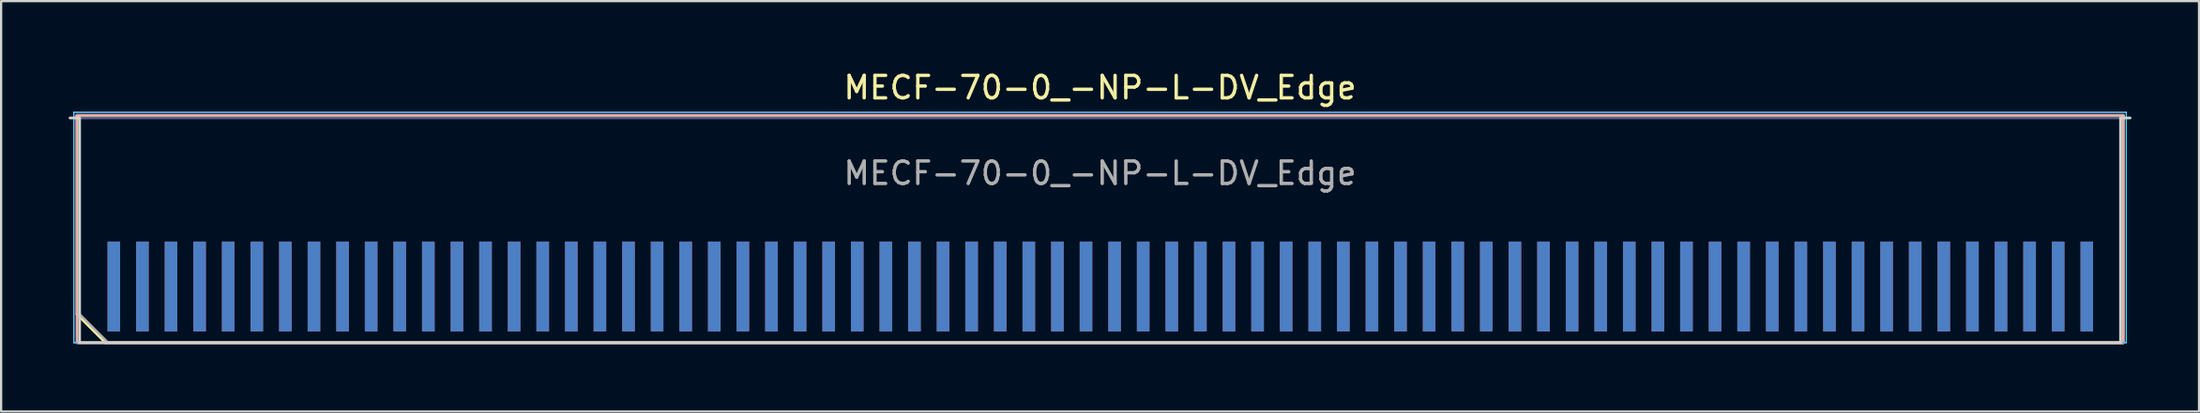
<source format=kicad_pcb>
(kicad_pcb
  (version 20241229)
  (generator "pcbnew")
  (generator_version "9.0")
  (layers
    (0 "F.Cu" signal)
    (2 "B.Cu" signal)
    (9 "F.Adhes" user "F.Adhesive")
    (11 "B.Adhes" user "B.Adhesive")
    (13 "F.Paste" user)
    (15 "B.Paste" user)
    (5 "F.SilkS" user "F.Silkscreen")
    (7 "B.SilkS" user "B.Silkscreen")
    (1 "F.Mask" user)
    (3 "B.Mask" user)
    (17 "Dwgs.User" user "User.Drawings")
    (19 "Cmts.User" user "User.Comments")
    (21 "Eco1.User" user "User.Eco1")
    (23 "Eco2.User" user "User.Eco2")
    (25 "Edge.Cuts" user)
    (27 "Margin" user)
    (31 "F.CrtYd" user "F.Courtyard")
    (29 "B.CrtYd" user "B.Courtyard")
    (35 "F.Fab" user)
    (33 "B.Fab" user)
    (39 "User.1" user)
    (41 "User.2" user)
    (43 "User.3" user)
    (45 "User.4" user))
  (footprint "MECF-70-0_-NP-L-DV_Edge"
    (layer "F.Cu")
    (at 45.81 7.198)
    (property "Reference" "MECF-70-0_-NP-L-DV_Edge" (at 0 -6.35 0) (layer "F.SilkS") (effects (font (size 1 1) (thickness 0.15))))
    (attr exclude_from_pos_files exclude_from_bom)
    (fp_line (start -45.44 -5.11) (end 45.44 -5.11) (stroke (width 0.12) (type solid)) (layer "F.SilkS"))
    (fp_line (start -45.44 3.73) (end -45.44 -5.11) (stroke (width 0.12) (type solid)) (layer "F.SilkS"))
    (fp_line (start -44.17 5) (end -45.44 3.73) (stroke (width 0.12) (type solid)) (layer "F.SilkS"))
    (fp_line (start -44.17 5) (end 45.44 5) (stroke (width 0.12) (type solid)) (layer "F.SilkS"))
    (fp_line (start 45.44 5) (end 45.44 -5.11) (stroke (width 0.12) (type solid)) (layer "F.SilkS"))
    (fp_line (start -45.44 -5.11) (end 45.44 -5.11) (stroke (width 0.12) (type solid)) (layer "B.SilkS"))
    (fp_line (start -45.44 5) (end -45.44 -5.11) (stroke (width 0.12) (type solid)) (layer "B.SilkS"))
    (fp_line (start -45.44 5) (end 45.44 5) (stroke (width 0.12) (type solid)) (layer "B.SilkS"))
    (fp_line (start 45.44 5) (end 45.44 -5.11) (stroke (width 0.12) (type solid)) (layer "B.SilkS"))
    (fp_line (start -45.75 -5) (end -45.325 -5) (stroke (width 0.12) (type solid)) (layer "Edge.Cuts"))
    (fp_line (start -45.325 5) (end -45.325 -5) (stroke (width 0.12) (type solid)) (layer "Edge.Cuts"))
    (fp_line (start -45.325 5) (end 45.325 5) (stroke (width 0.12) (type solid)) (layer "Edge.Cuts"))
    (fp_line (start 45.325 5) (end 45.325 -5) (stroke (width 0.12) (type solid)) (layer "Edge.Cuts"))
    (fp_line (start 45.75 -5) (end 45.325 -5) (stroke (width 0.12) (type solid)) (layer "Edge.Cuts"))
    (fp_line (start -45.58 -5.25) (end -45.58 5) (stroke (width 0.05) (type solid)) (layer "B.CrtYd"))
    (fp_line (start -45.58 5) (end 45.58 5) (stroke (width 0.05) (type solid)) (layer "B.CrtYd"))
    (fp_line (start 45.58 -5.25) (end -45.58 -5.25) (stroke (width 0.05) (type solid)) (layer "B.CrtYd"))
    (fp_line (start 45.58 5) (end 45.58 -5.25) (stroke (width 0.05) (type solid)) (layer "B.CrtYd"))
    (fp_line (start -45.58 -5.25) (end -45.58 5) (stroke (width 0.05) (type solid)) (layer "F.CrtYd"))
    (fp_line (start -45.58 5) (end 45.58 5) (stroke (width 0.05) (type solid)) (layer "F.CrtYd"))
    (fp_line (start 45.58 -5.25) (end -45.58 -5.25) (stroke (width 0.05) (type solid)) (layer "F.CrtYd"))
    (fp_line (start 45.58 5) (end 45.58 -5.25) (stroke (width 0.05) (type solid)) (layer "F.CrtYd"))
    (fp_line (start -45.325 -5) (end 45.325 -5) (stroke (width 0.1) (type solid)) (layer "B.Fab"))
    (fp_line (start -45.325 5) (end -45.325 -5) (stroke (width 0.1) (type solid)) (layer "B.Fab"))
    (fp_line (start -45.325 5) (end 45.325 5) (stroke (width 0.1) (type solid)) (layer "B.Fab"))
    (fp_line (start 45.325 5) (end 45.325 -5) (stroke (width 0.1) (type solid)) (layer "B.Fab"))
    (fp_line (start -45.325 -5) (end 45.325 -5) (stroke (width 0.1) (type solid)) (layer "F.Fab"))
    (fp_line (start -45.325 3.73) (end -45.325 -5) (stroke (width 0.1) (type solid)) (layer "F.Fab"))
    (fp_line (start -45.325 3.73) (end -44.055 5) (stroke (width 0.1) (type solid)) (layer "F.Fab"))
    (fp_line (start -44.055 5) (end 45.325 5) (stroke (width 0.1) (type solid)) (layer "F.Fab"))
    (fp_line (start 45.325 5) (end 45.325 -5) (stroke (width 0.1) (type solid)) (layer "F.Fab"))
    (fp_text user "${REFERENCE}" (at 0 -2.54 0) (layer "F.Fab") (effects (font (size 1 1) (thickness 0.15))))
    (pad "1" smd rect (at -43.805 2.5) (size 0.56 4) (layers "F.Cu" "F.Mask" "F.Paste"))
    (pad "2" smd rect (at -43.805 2.5) (size 0.56 4) (layers "B.Cu" "B.Mask" "B.Paste"))
    (pad "3" smd rect (at -42.535 2.5) (size 0.56 4) (layers "F.Cu" "F.Mask" "F.Paste"))
    (pad "4" smd rect (at -42.535 2.5) (size 0.56 4) (layers "B.Cu" "B.Mask" "B.Paste"))
    (pad "5" smd rect (at -41.265 2.5) (size 0.56 4) (layers "F.Cu" "F.Mask" "F.Paste"))
    (pad "6" smd rect (at -41.265 2.5) (size 0.56 4) (layers "B.Cu" "B.Mask" "B.Paste"))
    (pad "7" smd rect (at -39.995 2.5) (size 0.56 4) (layers "F.Cu" "F.Mask" "F.Paste"))
    (pad "8" smd rect (at -39.995 2.5) (size 0.56 4) (layers "B.Cu" "B.Mask" "B.Paste"))
    (pad "9" smd rect (at -38.725 2.5) (size 0.56 4) (layers "F.Cu" "F.Mask" "F.Paste"))
    (pad "10" smd rect (at -38.725 2.5) (size 0.56 4) (layers "B.Cu" "B.Mask" "B.Paste"))
    (pad "11" smd rect (at -37.455 2.5) (size 0.56 4) (layers "F.Cu" "F.Mask" "F.Paste"))
    (pad "12" smd rect (at -37.455 2.5) (size 0.56 4) (layers "B.Cu" "B.Mask" "B.Paste"))
    (pad "13" smd rect (at -36.185 2.5) (size 0.56 4) (layers "F.Cu" "F.Mask" "F.Paste"))
    (pad "14" smd rect (at -36.185 2.5) (size 0.56 4) (layers "B.Cu" "B.Mask" "B.Paste"))
    (pad "15" smd rect (at -34.915 2.5) (size 0.56 4) (layers "F.Cu" "F.Mask" "F.Paste"))
    (pad "16" smd rect (at -34.915 2.5) (size 0.56 4) (layers "B.Cu" "B.Mask" "B.Paste"))
    (pad "17" smd rect (at -33.645 2.5) (size 0.56 4) (layers "F.Cu" "F.Mask" "F.Paste"))
    (pad "18" smd rect (at -33.645 2.5) (size 0.56 4) (layers "B.Cu" "B.Mask" "B.Paste"))
    (pad "19" smd rect (at -32.375 2.5) (size 0.56 4) (layers "F.Cu" "F.Mask" "F.Paste"))
    (pad "20" smd rect (at -32.375 2.5) (size 0.56 4) (layers "B.Cu" "B.Mask" "B.Paste"))
    (pad "21" smd rect (at -31.105 2.5) (size 0.56 4) (layers "F.Cu" "F.Mask" "F.Paste"))
    (pad "22" smd rect (at -31.105 2.5) (size 0.56 4) (layers "B.Cu" "B.Mask" "B.Paste"))
    (pad "23" smd rect (at -29.835 2.5) (size 0.56 4) (layers "F.Cu" "F.Mask" "F.Paste"))
    (pad "24" smd rect (at -29.835 2.5) (size 0.56 4) (layers "B.Cu" "B.Mask" "B.Paste"))
    (pad "25" smd rect (at -28.565 2.5) (size 0.56 4) (layers "F.Cu" "F.Mask" "F.Paste"))
    (pad "26" smd rect (at -28.565 2.5) (size 0.56 4) (layers "B.Cu" "B.Mask" "B.Paste"))
    (pad "27" smd rect (at -27.295 2.5) (size 0.56 4) (layers "F.Cu" "F.Mask" "F.Paste"))
    (pad "28" smd rect (at -27.295 2.5) (size 0.56 4) (layers "B.Cu" "B.Mask" "B.Paste"))
    (pad "29" smd rect (at -26.025 2.5) (size 0.56 4) (layers "F.Cu" "F.Mask" "F.Paste"))
    (pad "30" smd rect (at -26.025 2.5) (size 0.56 4) (layers "B.Cu" "B.Mask" "B.Paste"))
    (pad "31" smd rect (at -24.755 2.5) (size 0.56 4) (layers "F.Cu" "F.Mask" "F.Paste"))
    (pad "32" smd rect (at -24.755 2.5) (size 0.56 4) (layers "B.Cu" "B.Mask" "B.Paste"))
    (pad "33" smd rect (at -23.485 2.5) (size 0.56 4) (layers "F.Cu" "F.Mask" "F.Paste"))
    (pad "34" smd rect (at -23.485 2.5) (size 0.56 4) (layers "B.Cu" "B.Mask" "B.Paste"))
    (pad "35" smd rect (at -22.215 2.5) (size 0.56 4) (layers "F.Cu" "F.Mask" "F.Paste"))
    (pad "36" smd rect (at -22.215 2.5) (size 0.56 4) (layers "B.Cu" "B.Mask" "B.Paste"))
    (pad "37" smd rect (at -20.945 2.5) (size 0.56 4) (layers "F.Cu" "F.Mask" "F.Paste"))
    (pad "38" smd rect (at -20.945 2.5) (size 0.56 4) (layers "B.Cu" "B.Mask" "B.Paste"))
    (pad "39" smd rect (at -19.675 2.5) (size 0.56 4) (layers "F.Cu" "F.Mask" "F.Paste"))
    (pad "40" smd rect (at -19.675 2.5) (size 0.56 4) (layers "B.Cu" "B.Mask" "B.Paste"))
    (pad "41" smd rect (at -18.405 2.5) (size 0.56 4) (layers "F.Cu" "F.Mask" "F.Paste"))
    (pad "42" smd rect (at -18.405 2.5) (size 0.56 4) (layers "B.Cu" "B.Mask" "B.Paste"))
    (pad "43" smd rect (at -17.135 2.5) (size 0.56 4) (layers "F.Cu" "F.Mask" "F.Paste"))
    (pad "44" smd rect (at -17.135 2.5) (size 0.56 4) (layers "B.Cu" "B.Mask" "B.Paste"))
    (pad "45" smd rect (at -15.865 2.5) (size 0.56 4) (layers "F.Cu" "F.Mask" "F.Paste"))
    (pad "46" smd rect (at -15.865 2.5) (size 0.56 4) (layers "B.Cu" "B.Mask" "B.Paste"))
    (pad "47" smd rect (at -14.595 2.5) (size 0.56 4) (layers "F.Cu" "F.Mask" "F.Paste"))
    (pad "48" smd rect (at -14.595 2.5) (size 0.56 4) (layers "B.Cu" "B.Mask" "B.Paste"))
    (pad "49" smd rect (at -13.325 2.5) (size 0.56 4) (layers "F.Cu" "F.Mask" "F.Paste"))
    (pad "50" smd rect (at -13.325 2.5) (size 0.56 4) (layers "B.Cu" "B.Mask" "B.Paste"))
    (pad "51" smd rect (at -12.055 2.5) (size 0.56 4) (layers "F.Cu" "F.Mask" "F.Paste"))
    (pad "52" smd rect (at -12.055 2.5) (size 0.56 4) (layers "B.Cu" "B.Mask" "B.Paste"))
    (pad "53" smd rect (at -10.785 2.5) (size 0.56 4) (layers "F.Cu" "F.Mask" "F.Paste"))
    (pad "54" smd rect (at -10.785 2.5) (size 0.56 4) (layers "B.Cu" "B.Mask" "B.Paste"))
    (pad "55" smd rect (at -9.515 2.5) (size 0.56 4) (layers "F.Cu" "F.Mask" "F.Paste"))
    (pad "56" smd rect (at -9.515 2.5) (size 0.56 4) (layers "B.Cu" "B.Mask" "B.Paste"))
    (pad "57" smd rect (at -8.245 2.5) (size 0.56 4) (layers "F.Cu" "F.Mask" "F.Paste"))
    (pad "58" smd rect (at -8.245 2.5) (size 0.56 4) (layers "B.Cu" "B.Mask" "B.Paste"))
    (pad "59" smd rect (at -6.975 2.5) (size 0.56 4) (layers "F.Cu" "F.Mask" "F.Paste"))
    (pad "60" smd rect (at -6.975 2.5) (size 0.56 4) (layers "B.Cu" "B.Mask" "B.Paste"))
    (pad "61" smd rect (at -5.705 2.5) (size 0.56 4) (layers "F.Cu" "F.Mask" "F.Paste"))
    (pad "62" smd rect (at -5.705 2.5) (size 0.56 4) (layers "B.Cu" "B.Mask" "B.Paste"))
    (pad "63" smd rect (at -4.435 2.5) (size 0.56 4) (layers "F.Cu" "F.Mask" "F.Paste"))
    (pad "64" smd rect (at -4.435 2.5) (size 0.56 4) (layers "B.Cu" "B.Mask" "B.Paste"))
    (pad "65" smd rect (at -3.165 2.5) (size 0.56 4) (layers "F.Cu" "F.Mask" "F.Paste"))
    (pad "66" smd rect (at -3.165 2.5) (size 0.56 4) (layers "B.Cu" "B.Mask" "B.Paste"))
    (pad "67" smd rect (at -1.895 2.5) (size 0.56 4) (layers "F.Cu" "F.Mask" "F.Paste"))
    (pad "68" smd rect (at -1.895 2.5) (size 0.56 4) (layers "B.Cu" "B.Mask" "B.Paste"))
    (pad "69" smd rect (at -0.625 2.5) (size 0.56 4) (layers "F.Cu" "F.Mask" "F.Paste"))
    (pad "70" smd rect (at -0.625 2.5) (size 0.56 4) (layers "B.Cu" "B.Mask" "B.Paste"))
    (pad "71" smd rect (at 0.645 2.5) (size 0.56 4) (layers "F.Cu" "F.Mask" "F.Paste"))
    (pad "72" smd rect (at 0.645 2.5) (size 0.56 4) (layers "B.Cu" "B.Mask" "B.Paste"))
    (pad "73" smd rect (at 1.915 2.5) (size 0.56 4) (layers "F.Cu" "F.Mask" "F.Paste"))
    (pad "74" smd rect (at 1.915 2.5) (size 0.56 4) (layers "B.Cu" "B.Mask" "B.Paste"))
    (pad "75" smd rect (at 3.185 2.5) (size 0.56 4) (layers "F.Cu" "F.Mask" "F.Paste"))
    (pad "76" smd rect (at 3.185 2.5) (size 0.56 4) (layers "B.Cu" "B.Mask" "B.Paste"))
    (pad "77" smd rect (at 4.455 2.5) (size 0.56 4) (layers "F.Cu" "F.Mask" "F.Paste"))
    (pad "78" smd rect (at 4.455 2.5) (size 0.56 4) (layers "B.Cu" "B.Mask" "B.Paste"))
    (pad "79" smd rect (at 5.725 2.5) (size 0.56 4) (layers "F.Cu" "F.Mask" "F.Paste"))
    (pad "80" smd rect (at 5.725 2.5) (size 0.56 4) (layers "B.Cu" "B.Mask" "B.Paste"))
    (pad "81" smd rect (at 6.995 2.5) (size 0.56 4) (layers "F.Cu" "F.Mask" "F.Paste"))
    (pad "82" smd rect (at 6.995 2.5) (size 0.56 4) (layers "B.Cu" "B.Mask" "B.Paste"))
    (pad "83" smd rect (at 8.265 2.5) (size 0.56 4) (layers "F.Cu" "F.Mask" "F.Paste"))
    (pad "84" smd rect (at 8.265 2.5) (size 0.56 4) (layers "B.Cu" "B.Mask" "B.Paste"))
    (pad "85" smd rect (at 9.535 2.5) (size 0.56 4) (layers "F.Cu" "F.Mask" "F.Paste"))
    (pad "86" smd rect (at 9.535 2.5) (size 0.56 4) (layers "B.Cu" "B.Mask" "B.Paste"))
    (pad "87" smd rect (at 10.805 2.5) (size 0.56 4) (layers "F.Cu" "F.Mask" "F.Paste"))
    (pad "88" smd rect (at 10.805 2.5) (size 0.56 4) (layers "B.Cu" "B.Mask" "B.Paste"))
    (pad "89" smd rect (at 12.075 2.5) (size 0.56 4) (layers "F.Cu" "F.Mask" "F.Paste"))
    (pad "90" smd rect (at 12.075 2.5) (size 0.56 4) (layers "B.Cu" "B.Mask" "B.Paste"))
    (pad "91" smd rect (at 13.345 2.5) (size 0.56 4) (layers "F.Cu" "F.Mask" "F.Paste"))
    (pad "92" smd rect (at 13.345 2.5) (size 0.56 4) (layers "B.Cu" "B.Mask" "B.Paste"))
    (pad "93" smd rect (at 14.615 2.5) (size 0.56 4) (layers "F.Cu" "F.Mask" "F.Paste"))
    (pad "94" smd rect (at 14.615 2.5) (size 0.56 4) (layers "B.Cu" "B.Mask" "B.Paste"))
    (pad "95" smd rect (at 15.885 2.5) (size 0.56 4) (layers "F.Cu" "F.Mask" "F.Paste"))
    (pad "96" smd rect (at 15.885 2.5) (size 0.56 4) (layers "B.Cu" "B.Mask" "B.Paste"))
    (pad "97" smd rect (at 17.155 2.5) (size 0.56 4) (layers "F.Cu" "F.Mask" "F.Paste"))
    (pad "98" smd rect (at 17.155 2.5) (size 0.56 4) (layers "B.Cu" "B.Mask" "B.Paste"))
    (pad "99" smd rect (at 18.425 2.5) (size 0.56 4) (layers "F.Cu" "F.Mask" "F.Paste"))
    (pad "100" smd rect (at 18.425 2.5) (size 0.56 4) (layers "B.Cu" "B.Mask" "B.Paste"))
    (pad "101" smd rect (at 19.695 2.5) (size 0.56 4) (layers "F.Cu" "F.Mask" "F.Paste"))
    (pad "102" smd rect (at 19.695 2.5) (size 0.56 4) (layers "B.Cu" "B.Mask" "B.Paste"))
    (pad "103" smd rect (at 20.965 2.5) (size 0.56 4) (layers "F.Cu" "F.Mask" "F.Paste"))
    (pad "104" smd rect (at 20.965 2.5) (size 0.56 4) (layers "B.Cu" "B.Mask" "B.Paste"))
    (pad "105" smd rect (at 22.235 2.5) (size 0.56 4) (layers "F.Cu" "F.Mask" "F.Paste"))
    (pad "106" smd rect (at 22.235 2.5) (size 0.56 4) (layers "B.Cu" "B.Mask" "B.Paste"))
    (pad "107" smd rect (at 23.505 2.5) (size 0.56 4) (layers "F.Cu" "F.Mask" "F.Paste"))
    (pad "108" smd rect (at 23.505 2.5) (size 0.56 4) (layers "B.Cu" "B.Mask" "B.Paste"))
    (pad "109" smd rect (at 24.775 2.5) (size 0.56 4) (layers "F.Cu" "F.Mask" "F.Paste"))
    (pad "110" smd rect (at 24.775 2.5) (size 0.56 4) (layers "B.Cu" "B.Mask" "B.Paste"))
    (pad "111" smd rect (at 26.045 2.5) (size 0.56 4) (layers "F.Cu" "F.Mask" "F.Paste"))
    (pad "112" smd rect (at 26.045 2.5) (size 0.56 4) (layers "B.Cu" "B.Mask" "B.Paste"))
    (pad "113" smd rect (at 27.315 2.5) (size 0.56 4) (layers "F.Cu" "F.Mask" "F.Paste"))
    (pad "114" smd rect (at 27.315 2.5) (size 0.56 4) (layers "B.Cu" "B.Mask" "B.Paste"))
    (pad "115" smd rect (at 28.585 2.5) (size 0.56 4) (layers "F.Cu" "F.Mask" "F.Paste"))
    (pad "116" smd rect (at 28.585 2.5) (size 0.56 4) (layers "B.Cu" "B.Mask" "B.Paste"))
    (pad "117" smd rect (at 29.855 2.5) (size 0.56 4) (layers "F.Cu" "F.Mask" "F.Paste"))
    (pad "118" smd rect (at 29.855 2.5) (size 0.56 4) (layers "B.Cu" "B.Mask" "B.Paste"))
    (pad "119" smd rect (at 31.125 2.5) (size 0.56 4) (layers "F.Cu" "F.Mask" "F.Paste"))
    (pad "120" smd rect (at 31.125 2.5) (size 0.56 4) (layers "B.Cu" "B.Mask" "B.Paste"))
    (pad "121" smd rect (at 32.395 2.5) (size 0.56 4) (layers "F.Cu" "F.Mask" "F.Paste"))
    (pad "122" smd rect (at 32.395 2.5) (size 0.56 4) (layers "B.Cu" "B.Mask" "B.Paste"))
    (pad "123" smd rect (at 33.665 2.5) (size 0.56 4) (layers "F.Cu" "F.Mask" "F.Paste"))
    (pad "124" smd rect (at 33.665 2.5) (size 0.56 4) (layers "B.Cu" "B.Mask" "B.Paste"))
    (pad "125" smd rect (at 34.935 2.5) (size 0.56 4) (layers "F.Cu" "F.Mask" "F.Paste"))
    (pad "126" smd rect (at 34.935 2.5) (size 0.56 4) (layers "B.Cu" "B.Mask" "B.Paste"))
    (pad "127" smd rect (at 36.205 2.5) (size 0.56 4) (layers "F.Cu" "F.Mask" "F.Paste"))
    (pad "128" smd rect (at 36.205 2.5) (size 0.56 4) (layers "B.Cu" "B.Mask" "B.Paste"))
    (pad "129" smd rect (at 37.475 2.5) (size 0.56 4) (layers "F.Cu" "F.Mask" "F.Paste"))
    (pad "130" smd rect (at 37.475 2.5) (size 0.56 4) (layers "B.Cu" "B.Mask" "B.Paste"))
    (pad "131" smd rect (at 38.745 2.5) (size 0.56 4) (layers "F.Cu" "F.Mask" "F.Paste"))
    (pad "132" smd rect (at 38.745 2.5) (size 0.56 4) (layers "B.Cu" "B.Mask" "B.Paste"))
    (pad "133" smd rect (at 40.015 2.5) (size 0.56 4) (layers "F.Cu" "F.Mask" "F.Paste"))
    (pad "134" smd rect (at 40.015 2.5) (size 0.56 4) (layers "B.Cu" "B.Mask" "B.Paste"))
    (pad "135" smd rect (at 41.285 2.5) (size 0.56 4) (layers "F.Cu" "F.Mask" "F.Paste"))
    (pad "136" smd rect (at 41.285 2.5) (size 0.56 4) (layers "B.Cu" "B.Mask" "B.Paste"))
    (pad "137" smd rect (at 42.555 2.5) (size 0.56 4) (layers "F.Cu" "F.Mask" "F.Paste"))
    (pad "138" smd rect (at 42.555 2.5) (size 0.56 4) (layers "B.Cu" "B.Mask" "B.Paste"))
    (pad "139" smd rect (at 43.825 2.5) (size 0.56 4) (layers "F.Cu" "F.Mask" "F.Paste"))
    (pad "140" smd rect (at 43.825 2.5) (size 0.56 4) (layers "B.Cu" "B.Mask" "B.Paste")))
  (gr_rect
    (start -3 -3)
    (end 94.62 15.258)
    (stroke (width 0.1) (type default))
    (fill no)
    (layer "Edge.Cuts")))
</source>
